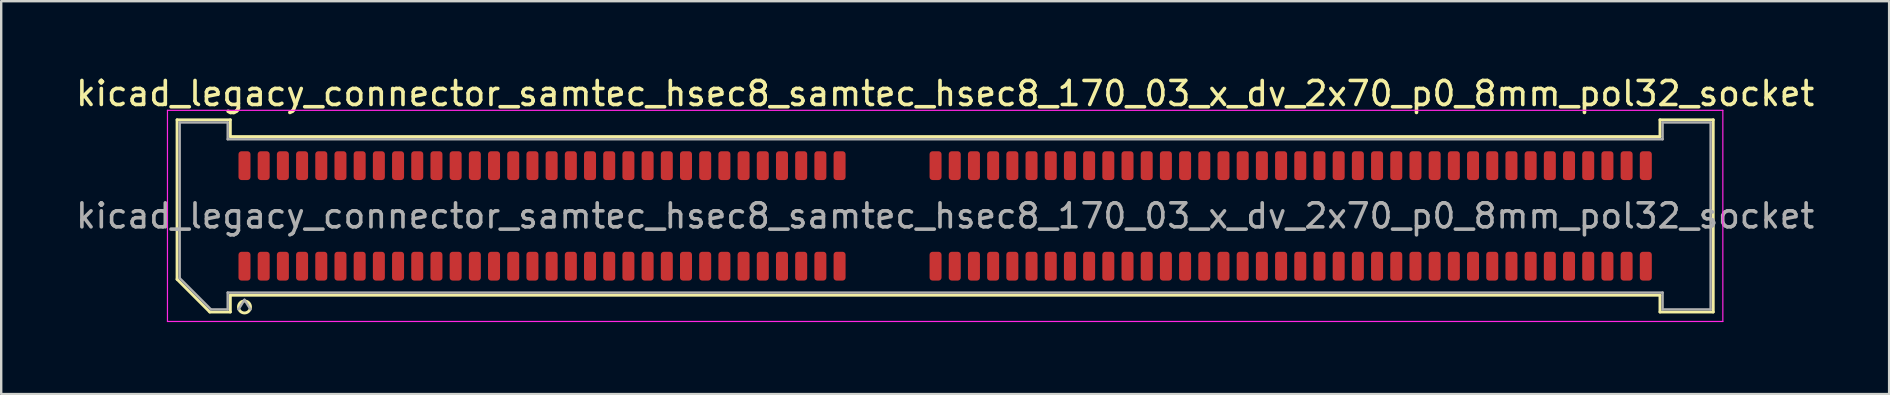
<source format=kicad_pcb>
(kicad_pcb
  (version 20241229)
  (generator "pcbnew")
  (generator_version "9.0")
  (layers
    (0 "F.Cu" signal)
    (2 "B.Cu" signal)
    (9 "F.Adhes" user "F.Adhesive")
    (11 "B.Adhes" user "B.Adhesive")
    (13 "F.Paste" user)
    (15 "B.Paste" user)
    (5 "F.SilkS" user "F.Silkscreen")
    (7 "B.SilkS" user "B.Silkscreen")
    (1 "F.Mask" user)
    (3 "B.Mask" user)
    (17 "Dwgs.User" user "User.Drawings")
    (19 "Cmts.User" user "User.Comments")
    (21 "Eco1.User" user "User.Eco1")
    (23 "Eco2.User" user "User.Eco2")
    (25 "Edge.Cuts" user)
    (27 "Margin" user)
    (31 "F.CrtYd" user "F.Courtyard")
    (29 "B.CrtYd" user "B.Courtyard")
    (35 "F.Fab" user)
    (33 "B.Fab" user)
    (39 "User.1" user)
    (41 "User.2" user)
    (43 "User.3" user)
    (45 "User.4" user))
  (footprint "kicad_legacy_connector_samtec_hsec8_samtec_hsec8_170_03_x_dv_2x70_p0_8mm_pol32_socket"
    (layer "F.Cu")
    (at 36.339 5.948)
    (property "Reference" "kicad_legacy_connector_samtec_hsec8_samtec_hsec8_170_03_x_dv_2x70_p0_8mm_pol32_socket" (at 0 -5.1 0) (layer "F.SilkS") (effects (font (size 1 1) (thickness 0.15))))
    (attr smd)
    (fp_line (start -32.01 -4.005) (end -29.79 -4.005) (stroke (width 0.12) (type solid)) (layer "F.SilkS"))
    (fp_line (start -32.01 2.641) (end -32.01 -4.005) (stroke (width 0.12) (type solid)) (layer "F.SilkS"))
    (fp_line (start -30.646 4.005) (end -32.01 2.641) (stroke (width 0.12) (type solid)) (layer "F.SilkS"))
    (fp_line (start -29.79 -4.005) (end -29.79 -3.305) (stroke (width 0.12) (type solid)) (layer "F.SilkS"))
    (fp_line (start -29.79 -3.305) (end 29.79 -3.305) (stroke (width 0.12) (type solid)) (layer "F.SilkS"))
    (fp_line (start -29.79 3.305) (end -29.79 4.005) (stroke (width 0.12) (type solid)) (layer "F.SilkS"))
    (fp_line (start -29.79 4.005) (end -30.646 4.005) (stroke (width 0.12) (type solid)) (layer "F.SilkS"))
    (fp_line (start 29.79 -4.005) (end 32.01 -4.005) (stroke (width 0.12) (type solid)) (layer "F.SilkS"))
    (fp_line (start 29.79 -3.305) (end 29.79 -4.005) (stroke (width 0.12) (type solid)) (layer "F.SilkS"))
    (fp_line (start 29.79 3.305) (end -29.79 3.305) (stroke (width 0.12) (type solid)) (layer "F.SilkS"))
    (fp_line (start 29.79 4.005) (end 29.79 3.305) (stroke (width 0.12) (type solid)) (layer "F.SilkS"))
    (fp_line (start 32.01 -4.005) (end 32.01 4.005) (stroke (width 0.12) (type solid)) (layer "F.SilkS"))
    (fp_line (start 32.01 4.005) (end 29.79 4.005) (stroke (width 0.12) (type solid)) (layer "F.SilkS"))
    (fp_arc (start -28.95 3.795) (mid -29.45 3.795) (end -28.95 3.795) (stroke (width 0.12) (type solid)) (layer "F.SilkS"))
    (fp_line (start -32.41 -4.4) (end -32.41 4.4) (stroke (width 0.05) (type solid)) (layer "F.CrtYd"))
    (fp_line (start -32.41 4.4) (end 32.41 4.4) (stroke (width 0.05) (type solid)) (layer "F.CrtYd"))
    (fp_line (start 32.41 -4.4) (end -32.41 -4.4) (stroke (width 0.05) (type solid)) (layer "F.CrtYd"))
    (fp_line (start 32.41 4.4) (end 32.41 -4.4) (stroke (width 0.05) (type solid)) (layer "F.CrtYd"))
    (fp_line (start -31.9 -3.895) (end -29.9 -3.895) (stroke (width 0.1) (type solid)) (layer "F.Fab"))
    (fp_line (start -31.9 2.595) (end -31.9 -3.895) (stroke (width 0.1) (type solid)) (layer "F.Fab"))
    (fp_line (start -30.6 3.895) (end -31.9 2.595) (stroke (width 0.1) (type solid)) (layer "F.Fab"))
    (fp_line (start -29.9 -3.895) (end -29.9 -3.195) (stroke (width 0.1) (type solid)) (layer "F.Fab"))
    (fp_line (start -29.9 -3.195) (end 29.9 -3.195) (stroke (width 0.1) (type solid)) (layer "F.Fab"))
    (fp_line (start -29.9 3.195) (end -29.9 3.895) (stroke (width 0.1) (type solid)) (layer "F.Fab"))
    (fp_line (start -29.9 3.895) (end -30.6 3.895) (stroke (width 0.1) (type solid)) (layer "F.Fab"))
    (fp_line (start -29.2 3.495) (end -29.45 3.895) (stroke (width 0.1) (type solid)) (layer "F.Fab"))
    (fp_line (start -29.2 3.495) (end -28.95 3.895) (stroke (width 0.1) (type solid)) (layer "F.Fab"))
    (fp_line (start 29.9 -3.895) (end 31.9 -3.895) (stroke (width 0.1) (type solid)) (layer "F.Fab"))
    (fp_line (start 29.9 -3.195) (end 29.9 -3.895) (stroke (width 0.1) (type solid)) (layer "F.Fab"))
    (fp_line (start 29.9 3.195) (end -29.9 3.195) (stroke (width 0.1) (type solid)) (layer "F.Fab"))
    (fp_line (start 29.9 3.895) (end 29.9 3.195) (stroke (width 0.1) (type solid)) (layer "F.Fab"))
    (fp_line (start 31.9 -3.895) (end 31.9 3.895) (stroke (width 0.1) (type solid)) (layer "F.Fab"))
    (fp_line (start 31.9 3.895) (end 29.9 3.895) (stroke (width 0.1) (type solid)) (layer "F.Fab"))
    (fp_text user "${REFERENCE}" (at 0 0 0) (layer "F.Fab") (effects (font (size 1 1) (thickness 0.15))))
    (pad "1" smd roundrect (at -29.2 2.095) (size 0.5 1.2) (layers "F.Cu" "F.Mask" "F.Paste") (roundrect_rratio 0.25))
    (pad "2" smd roundrect (at -29.2 -2.095) (size 0.5 1.2) (layers "F.Cu" "F.Mask" "F.Paste") (roundrect_rratio 0.25))
    (pad "3" smd roundrect (at -28.4 2.095) (size 0.5 1.2) (layers "F.Cu" "F.Mask" "F.Paste") (roundrect_rratio 0.25))
    (pad "4" smd roundrect (at -28.4 -2.095) (size 0.5 1.2) (layers "F.Cu" "F.Mask" "F.Paste") (roundrect_rratio 0.25))
    (pad "5" smd roundrect (at -27.6 2.095) (size 0.5 1.2) (layers "F.Cu" "F.Mask" "F.Paste") (roundrect_rratio 0.25))
    (pad "6" smd roundrect (at -27.6 -2.095) (size 0.5 1.2) (layers "F.Cu" "F.Mask" "F.Paste") (roundrect_rratio 0.25))
    (pad "7" smd roundrect (at -26.8 2.095) (size 0.5 1.2) (layers "F.Cu" "F.Mask" "F.Paste") (roundrect_rratio 0.25))
    (pad "8" smd roundrect (at -26.8 -2.095) (size 0.5 1.2) (layers "F.Cu" "F.Mask" "F.Paste") (roundrect_rratio 0.25))
    (pad "9" smd roundrect (at -26 2.095) (size 0.5 1.2) (layers "F.Cu" "F.Mask" "F.Paste") (roundrect_rratio 0.25))
    (pad "10" smd roundrect (at -26 -2.095) (size 0.5 1.2) (layers "F.Cu" "F.Mask" "F.Paste") (roundrect_rratio 0.25))
    (pad "11" smd roundrect (at -25.2 2.095) (size 0.5 1.2) (layers "F.Cu" "F.Mask" "F.Paste") (roundrect_rratio 0.25))
    (pad "12" smd roundrect (at -25.2 -2.095) (size 0.5 1.2) (layers "F.Cu" "F.Mask" "F.Paste") (roundrect_rratio 0.25))
    (pad "13" smd roundrect (at -24.4 2.095) (size 0.5 1.2) (layers "F.Cu" "F.Mask" "F.Paste") (roundrect_rratio 0.25))
    (pad "14" smd roundrect (at -24.4 -2.095) (size 0.5 1.2) (layers "F.Cu" "F.Mask" "F.Paste") (roundrect_rratio 0.25))
    (pad "15" smd roundrect (at -23.6 2.095) (size 0.5 1.2) (layers "F.Cu" "F.Mask" "F.Paste") (roundrect_rratio 0.25))
    (pad "16" smd roundrect (at -23.6 -2.095) (size 0.5 1.2) (layers "F.Cu" "F.Mask" "F.Paste") (roundrect_rratio 0.25))
    (pad "17" smd roundrect (at -22.8 2.095) (size 0.5 1.2) (layers "F.Cu" "F.Mask" "F.Paste") (roundrect_rratio 0.25))
    (pad "18" smd roundrect (at -22.8 -2.095) (size 0.5 1.2) (layers "F.Cu" "F.Mask" "F.Paste") (roundrect_rratio 0.25))
    (pad "19" smd roundrect (at -22 2.095) (size 0.5 1.2) (layers "F.Cu" "F.Mask" "F.Paste") (roundrect_rratio 0.25))
    (pad "20" smd roundrect (at -22 -2.095) (size 0.5 1.2) (layers "F.Cu" "F.Mask" "F.Paste") (roundrect_rratio 0.25))
    (pad "21" smd roundrect (at -21.2 2.095) (size 0.5 1.2) (layers "F.Cu" "F.Mask" "F.Paste") (roundrect_rratio 0.25))
    (pad "22" smd roundrect (at -21.2 -2.095) (size 0.5 1.2) (layers "F.Cu" "F.Mask" "F.Paste") (roundrect_rratio 0.25))
    (pad "23" smd roundrect (at -20.4 2.095) (size 0.5 1.2) (layers "F.Cu" "F.Mask" "F.Paste") (roundrect_rratio 0.25))
    (pad "24" smd roundrect (at -20.4 -2.095) (size 0.5 1.2) (layers "F.Cu" "F.Mask" "F.Paste") (roundrect_rratio 0.25))
    (pad "25" smd roundrect (at -19.6 2.095) (size 0.5 1.2) (layers "F.Cu" "F.Mask" "F.Paste") (roundrect_rratio 0.25))
    (pad "26" smd roundrect (at -19.6 -2.095) (size 0.5 1.2) (layers "F.Cu" "F.Mask" "F.Paste") (roundrect_rratio 0.25))
    (pad "27" smd roundrect (at -18.8 2.095) (size 0.5 1.2) (layers "F.Cu" "F.Mask" "F.Paste") (roundrect_rratio 0.25))
    (pad "28" smd roundrect (at -18.8 -2.095) (size 0.5 1.2) (layers "F.Cu" "F.Mask" "F.Paste") (roundrect_rratio 0.25))
    (pad "29" smd roundrect (at -18 2.095) (size 0.5 1.2) (layers "F.Cu" "F.Mask" "F.Paste") (roundrect_rratio 0.25))
    (pad "30" smd roundrect (at -18 -2.095) (size 0.5 1.2) (layers "F.Cu" "F.Mask" "F.Paste") (roundrect_rratio 0.25))
    (pad "31" smd roundrect (at -17.2 2.095) (size 0.5 1.2) (layers "F.Cu" "F.Mask" "F.Paste") (roundrect_rratio 0.25))
    (pad "32" smd roundrect (at -17.2 -2.095) (size 0.5 1.2) (layers "F.Cu" "F.Mask" "F.Paste") (roundrect_rratio 0.25))
    (pad "33" smd roundrect (at -16.4 2.095) (size 0.5 1.2) (layers "F.Cu" "F.Mask" "F.Paste") (roundrect_rratio 0.25))
    (pad "34" smd roundrect (at -16.4 -2.095) (size 0.5 1.2) (layers "F.Cu" "F.Mask" "F.Paste") (roundrect_rratio 0.25))
    (pad "35" smd roundrect (at -15.6 2.095) (size 0.5 1.2) (layers "F.Cu" "F.Mask" "F.Paste") (roundrect_rratio 0.25))
    (pad "36" smd roundrect (at -15.6 -2.095) (size 0.5 1.2) (layers "F.Cu" "F.Mask" "F.Paste") (roundrect_rratio 0.25))
    (pad "37" smd roundrect (at -14.8 2.095) (size 0.5 1.2) (layers "F.Cu" "F.Mask" "F.Paste") (roundrect_rratio 0.25))
    (pad "38" smd roundrect (at -14.8 -2.095) (size 0.5 1.2) (layers "F.Cu" "F.Mask" "F.Paste") (roundrect_rratio 0.25))
    (pad "39" smd roundrect (at -14 2.095) (size 0.5 1.2) (layers "F.Cu" "F.Mask" "F.Paste") (roundrect_rratio 0.25))
    (pad "40" smd roundrect (at -14 -2.095) (size 0.5 1.2) (layers "F.Cu" "F.Mask" "F.Paste") (roundrect_rratio 0.25))
    (pad "41" smd roundrect (at -13.2 2.095) (size 0.5 1.2) (layers "F.Cu" "F.Mask" "F.Paste") (roundrect_rratio 0.25))
    (pad "42" smd roundrect (at -13.2 -2.095) (size 0.5 1.2) (layers "F.Cu" "F.Mask" "F.Paste") (roundrect_rratio 0.25))
    (pad "43" smd roundrect (at -12.4 2.095) (size 0.5 1.2) (layers "F.Cu" "F.Mask" "F.Paste") (roundrect_rratio 0.25))
    (pad "44" smd roundrect (at -12.4 -2.095) (size 0.5 1.2) (layers "F.Cu" "F.Mask" "F.Paste") (roundrect_rratio 0.25))
    (pad "45" smd roundrect (at -11.6 2.095) (size 0.5 1.2) (layers "F.Cu" "F.Mask" "F.Paste") (roundrect_rratio 0.25))
    (pad "46" smd roundrect (at -11.6 -2.095) (size 0.5 1.2) (layers "F.Cu" "F.Mask" "F.Paste") (roundrect_rratio 0.25))
    (pad "47" smd roundrect (at -10.8 2.095) (size 0.5 1.2) (layers "F.Cu" "F.Mask" "F.Paste") (roundrect_rratio 0.25))
    (pad "48" smd roundrect (at -10.8 -2.095) (size 0.5 1.2) (layers "F.Cu" "F.Mask" "F.Paste") (roundrect_rratio 0.25))
    (pad "49" smd roundrect (at -10 2.095) (size 0.5 1.2) (layers "F.Cu" "F.Mask" "F.Paste") (roundrect_rratio 0.25))
    (pad "50" smd roundrect (at -10 -2.095) (size 0.5 1.2) (layers "F.Cu" "F.Mask" "F.Paste") (roundrect_rratio 0.25))
    (pad "51" smd roundrect (at -9.2 2.095) (size 0.5 1.2) (layers "F.Cu" "F.Mask" "F.Paste") (roundrect_rratio 0.25))
    (pad "52" smd roundrect (at -9.2 -2.095) (size 0.5 1.2) (layers "F.Cu" "F.Mask" "F.Paste") (roundrect_rratio 0.25))
    (pad "53" smd roundrect (at -8.4 2.095) (size 0.5 1.2) (layers "F.Cu" "F.Mask" "F.Paste") (roundrect_rratio 0.25))
    (pad "54" smd roundrect (at -8.4 -2.095) (size 0.5 1.2) (layers "F.Cu" "F.Mask" "F.Paste") (roundrect_rratio 0.25))
    (pad "55" smd roundrect (at -7.6 2.095) (size 0.5 1.2) (layers "F.Cu" "F.Mask" "F.Paste") (roundrect_rratio 0.25))
    (pad "56" smd roundrect (at -7.6 -2.095) (size 0.5 1.2) (layers "F.Cu" "F.Mask" "F.Paste") (roundrect_rratio 0.25))
    (pad "57" smd roundrect (at -6.8 2.095) (size 0.5 1.2) (layers "F.Cu" "F.Mask" "F.Paste") (roundrect_rratio 0.25))
    (pad "58" smd roundrect (at -6.8 -2.095) (size 0.5 1.2) (layers "F.Cu" "F.Mask" "F.Paste") (roundrect_rratio 0.25))
    (pad "59" smd roundrect (at -6 2.095) (size 0.5 1.2) (layers "F.Cu" "F.Mask" "F.Paste") (roundrect_rratio 0.25))
    (pad "60" smd roundrect (at -6 -2.095) (size 0.5 1.2) (layers "F.Cu" "F.Mask" "F.Paste") (roundrect_rratio 0.25))
    (pad "61" smd roundrect (at -5.2 2.095) (size 0.5 1.2) (layers "F.Cu" "F.Mask" "F.Paste") (roundrect_rratio 0.25))
    (pad "62" smd roundrect (at -5.2 -2.095) (size 0.5 1.2) (layers "F.Cu" "F.Mask" "F.Paste") (roundrect_rratio 0.25))
    (pad "63" smd roundrect (at -4.4 2.095) (size 0.5 1.2) (layers "F.Cu" "F.Mask" "F.Paste") (roundrect_rratio 0.25))
    (pad "64" smd roundrect (at -4.4 -2.095) (size 0.5 1.2) (layers "F.Cu" "F.Mask" "F.Paste") (roundrect_rratio 0.25))
    (pad "65" smd roundrect (at -0.4 2.095) (size 0.5 1.2) (layers "F.Cu" "F.Mask" "F.Paste") (roundrect_rratio 0.25))
    (pad "66" smd roundrect (at -0.4 -2.095) (size 0.5 1.2) (layers "F.Cu" "F.Mask" "F.Paste") (roundrect_rratio 0.25))
    (pad "67" smd roundrect (at 0.4 2.095) (size 0.5 1.2) (layers "F.Cu" "F.Mask" "F.Paste") (roundrect_rratio 0.25))
    (pad "68" smd roundrect (at 0.4 -2.095) (size 0.5 1.2) (layers "F.Cu" "F.Mask" "F.Paste") (roundrect_rratio 0.25))
    (pad "69" smd roundrect (at 1.2 2.095) (size 0.5 1.2) (layers "F.Cu" "F.Mask" "F.Paste") (roundrect_rratio 0.25))
    (pad "70" smd roundrect (at 1.2 -2.095) (size 0.5 1.2) (layers "F.Cu" "F.Mask" "F.Paste") (roundrect_rratio 0.25))
    (pad "71" smd roundrect (at 2 2.095) (size 0.5 1.2) (layers "F.Cu" "F.Mask" "F.Paste") (roundrect_rratio 0.25))
    (pad "72" smd roundrect (at 2 -2.095) (size 0.5 1.2) (layers "F.Cu" "F.Mask" "F.Paste") (roundrect_rratio 0.25))
    (pad "73" smd roundrect (at 2.8 2.095) (size 0.5 1.2) (layers "F.Cu" "F.Mask" "F.Paste") (roundrect_rratio 0.25))
    (pad "74" smd roundrect (at 2.8 -2.095) (size 0.5 1.2) (layers "F.Cu" "F.Mask" "F.Paste") (roundrect_rratio 0.25))
    (pad "75" smd roundrect (at 3.6 2.095) (size 0.5 1.2) (layers "F.Cu" "F.Mask" "F.Paste") (roundrect_rratio 0.25))
    (pad "76" smd roundrect (at 3.6 -2.095) (size 0.5 1.2) (layers "F.Cu" "F.Mask" "F.Paste") (roundrect_rratio 0.25))
    (pad "77" smd roundrect (at 4.4 2.095) (size 0.5 1.2) (layers "F.Cu" "F.Mask" "F.Paste") (roundrect_rratio 0.25))
    (pad "78" smd roundrect (at 4.4 -2.095) (size 0.5 1.2) (layers "F.Cu" "F.Mask" "F.Paste") (roundrect_rratio 0.25))
    (pad "79" smd roundrect (at 5.2 2.095) (size 0.5 1.2) (layers "F.Cu" "F.Mask" "F.Paste") (roundrect_rratio 0.25))
    (pad "80" smd roundrect (at 5.2 -2.095) (size 0.5 1.2) (layers "F.Cu" "F.Mask" "F.Paste") (roundrect_rratio 0.25))
    (pad "81" smd roundrect (at 6 2.095) (size 0.5 1.2) (layers "F.Cu" "F.Mask" "F.Paste") (roundrect_rratio 0.25))
    (pad "82" smd roundrect (at 6 -2.095) (size 0.5 1.2) (layers "F.Cu" "F.Mask" "F.Paste") (roundrect_rratio 0.25))
    (pad "83" smd roundrect (at 6.8 2.095) (size 0.5 1.2) (layers "F.Cu" "F.Mask" "F.Paste") (roundrect_rratio 0.25))
    (pad "84" smd roundrect (at 6.8 -2.095) (size 0.5 1.2) (layers "F.Cu" "F.Mask" "F.Paste") (roundrect_rratio 0.25))
    (pad "85" smd roundrect (at 7.6 2.095) (size 0.5 1.2) (layers "F.Cu" "F.Mask" "F.Paste") (roundrect_rratio 0.25))
    (pad "86" smd roundrect (at 7.6 -2.095) (size 0.5 1.2) (layers "F.Cu" "F.Mask" "F.Paste") (roundrect_rratio 0.25))
    (pad "87" smd roundrect (at 8.4 2.095) (size 0.5 1.2) (layers "F.Cu" "F.Mask" "F.Paste") (roundrect_rratio 0.25))
    (pad "88" smd roundrect (at 8.4 -2.095) (size 0.5 1.2) (layers "F.Cu" "F.Mask" "F.Paste") (roundrect_rratio 0.25))
    (pad "89" smd roundrect (at 9.2 2.095) (size 0.5 1.2) (layers "F.Cu" "F.Mask" "F.Paste") (roundrect_rratio 0.25))
    (pad "90" smd roundrect (at 9.2 -2.095) (size 0.5 1.2) (layers "F.Cu" "F.Mask" "F.Paste") (roundrect_rratio 0.25))
    (pad "91" smd roundrect (at 10 2.095) (size 0.5 1.2) (layers "F.Cu" "F.Mask" "F.Paste") (roundrect_rratio 0.25))
    (pad "92" smd roundrect (at 10 -2.095) (size 0.5 1.2) (layers "F.Cu" "F.Mask" "F.Paste") (roundrect_rratio 0.25))
    (pad "93" smd roundrect (at 10.8 2.095) (size 0.5 1.2) (layers "F.Cu" "F.Mask" "F.Paste") (roundrect_rratio 0.25))
    (pad "94" smd roundrect (at 10.8 -2.095) (size 0.5 1.2) (layers "F.Cu" "F.Mask" "F.Paste") (roundrect_rratio 0.25))
    (pad "95" smd roundrect (at 11.6 2.095) (size 0.5 1.2) (layers "F.Cu" "F.Mask" "F.Paste") (roundrect_rratio 0.25))
    (pad "96" smd roundrect (at 11.6 -2.095) (size 0.5 1.2) (layers "F.Cu" "F.Mask" "F.Paste") (roundrect_rratio 0.25))
    (pad "97" smd roundrect (at 12.4 2.095) (size 0.5 1.2) (layers "F.Cu" "F.Mask" "F.Paste") (roundrect_rratio 0.25))
    (pad "98" smd roundrect (at 12.4 -2.095) (size 0.5 1.2) (layers "F.Cu" "F.Mask" "F.Paste") (roundrect_rratio 0.25))
    (pad "99" smd roundrect (at 13.2 2.095) (size 0.5 1.2) (layers "F.Cu" "F.Mask" "F.Paste") (roundrect_rratio 0.25))
    (pad "100" smd roundrect (at 13.2 -2.095) (size 0.5 1.2) (layers "F.Cu" "F.Mask" "F.Paste") (roundrect_rratio 0.25))
    (pad "101" smd roundrect (at 14 2.095) (size 0.5 1.2) (layers "F.Cu" "F.Mask" "F.Paste") (roundrect_rratio 0.25))
    (pad "102" smd roundrect (at 14 -2.095) (size 0.5 1.2) (layers "F.Cu" "F.Mask" "F.Paste") (roundrect_rratio 0.25))
    (pad "103" smd roundrect (at 14.8 2.095) (size 0.5 1.2) (layers "F.Cu" "F.Mask" "F.Paste") (roundrect_rratio 0.25))
    (pad "104" smd roundrect (at 14.8 -2.095) (size 0.5 1.2) (layers "F.Cu" "F.Mask" "F.Paste") (roundrect_rratio 0.25))
    (pad "105" smd roundrect (at 15.6 2.095) (size 0.5 1.2) (layers "F.Cu" "F.Mask" "F.Paste") (roundrect_rratio 0.25))
    (pad "106" smd roundrect (at 15.6 -2.095) (size 0.5 1.2) (layers "F.Cu" "F.Mask" "F.Paste") (roundrect_rratio 0.25))
    (pad "107" smd roundrect (at 16.4 2.095) (size 0.5 1.2) (layers "F.Cu" "F.Mask" "F.Paste") (roundrect_rratio 0.25))
    (pad "108" smd roundrect (at 16.4 -2.095) (size 0.5 1.2) (layers "F.Cu" "F.Mask" "F.Paste") (roundrect_rratio 0.25))
    (pad "109" smd roundrect (at 17.2 2.095) (size 0.5 1.2) (layers "F.Cu" "F.Mask" "F.Paste") (roundrect_rratio 0.25))
    (pad "110" smd roundrect (at 17.2 -2.095) (size 0.5 1.2) (layers "F.Cu" "F.Mask" "F.Paste") (roundrect_rratio 0.25))
    (pad "111" smd roundrect (at 18 2.095) (size 0.5 1.2) (layers "F.Cu" "F.Mask" "F.Paste") (roundrect_rratio 0.25))
    (pad "112" smd roundrect (at 18 -2.095) (size 0.5 1.2) (layers "F.Cu" "F.Mask" "F.Paste") (roundrect_rratio 0.25))
    (pad "113" smd roundrect (at 18.8 2.095) (size 0.5 1.2) (layers "F.Cu" "F.Mask" "F.Paste") (roundrect_rratio 0.25))
    (pad "114" smd roundrect (at 18.8 -2.095) (size 0.5 1.2) (layers "F.Cu" "F.Mask" "F.Paste") (roundrect_rratio 0.25))
    (pad "115" smd roundrect (at 19.6 2.095) (size 0.5 1.2) (layers "F.Cu" "F.Mask" "F.Paste") (roundrect_rratio 0.25))
    (pad "116" smd roundrect (at 19.6 -2.095) (size 0.5 1.2) (layers "F.Cu" "F.Mask" "F.Paste") (roundrect_rratio 0.25))
    (pad "117" smd roundrect (at 20.4 2.095) (size 0.5 1.2) (layers "F.Cu" "F.Mask" "F.Paste") (roundrect_rratio 0.25))
    (pad "118" smd roundrect (at 20.4 -2.095) (size 0.5 1.2) (layers "F.Cu" "F.Mask" "F.Paste") (roundrect_rratio 0.25))
    (pad "119" smd roundrect (at 21.2 2.095) (size 0.5 1.2) (layers "F.Cu" "F.Mask" "F.Paste") (roundrect_rratio 0.25))
    (pad "120" smd roundrect (at 21.2 -2.095) (size 0.5 1.2) (layers "F.Cu" "F.Mask" "F.Paste") (roundrect_rratio 0.25))
    (pad "121" smd roundrect (at 22 2.095) (size 0.5 1.2) (layers "F.Cu" "F.Mask" "F.Paste") (roundrect_rratio 0.25))
    (pad "122" smd roundrect (at 22 -2.095) (size 0.5 1.2) (layers "F.Cu" "F.Mask" "F.Paste") (roundrect_rratio 0.25))
    (pad "123" smd roundrect (at 22.8 2.095) (size 0.5 1.2) (layers "F.Cu" "F.Mask" "F.Paste") (roundrect_rratio 0.25))
    (pad "124" smd roundrect (at 22.8 -2.095) (size 0.5 1.2) (layers "F.Cu" "F.Mask" "F.Paste") (roundrect_rratio 0.25))
    (pad "125" smd roundrect (at 23.6 2.095) (size 0.5 1.2) (layers "F.Cu" "F.Mask" "F.Paste") (roundrect_rratio 0.25))
    (pad "126" smd roundrect (at 23.6 -2.095) (size 0.5 1.2) (layers "F.Cu" "F.Mask" "F.Paste") (roundrect_rratio 0.25))
    (pad "127" smd roundrect (at 24.4 2.095) (size 0.5 1.2) (layers "F.Cu" "F.Mask" "F.Paste") (roundrect_rratio 0.25))
    (pad "128" smd roundrect (at 24.4 -2.095) (size 0.5 1.2) (layers "F.Cu" "F.Mask" "F.Paste") (roundrect_rratio 0.25))
    (pad "129" smd roundrect (at 25.2 2.095) (size 0.5 1.2) (layers "F.Cu" "F.Mask" "F.Paste") (roundrect_rratio 0.25))
    (pad "130" smd roundrect (at 25.2 -2.095) (size 0.5 1.2) (layers "F.Cu" "F.Mask" "F.Paste") (roundrect_rratio 0.25))
    (pad "131" smd roundrect (at 26 2.095) (size 0.5 1.2) (layers "F.Cu" "F.Mask" "F.Paste") (roundrect_rratio 0.25))
    (pad "132" smd roundrect (at 26 -2.095) (size 0.5 1.2) (layers "F.Cu" "F.Mask" "F.Paste") (roundrect_rratio 0.25))
    (pad "133" smd roundrect (at 26.8 2.095) (size 0.5 1.2) (layers "F.Cu" "F.Mask" "F.Paste") (roundrect_rratio 0.25))
    (pad "134" smd roundrect (at 26.8 -2.095) (size 0.5 1.2) (layers "F.Cu" "F.Mask" "F.Paste") (roundrect_rratio 0.25))
    (pad "135" smd roundrect (at 27.6 2.095) (size 0.5 1.2) (layers "F.Cu" "F.Mask" "F.Paste") (roundrect_rratio 0.25))
    (pad "136" smd roundrect (at 27.6 -2.095) (size 0.5 1.2) (layers "F.Cu" "F.Mask" "F.Paste") (roundrect_rratio 0.25))
    (pad "137" smd roundrect (at 28.4 2.095) (size 0.5 1.2) (layers "F.Cu" "F.Mask" "F.Paste") (roundrect_rratio 0.25))
    (pad "138" smd roundrect (at 28.4 -2.095) (size 0.5 1.2) (layers "F.Cu" "F.Mask" "F.Paste") (roundrect_rratio 0.25))
    (pad "139" smd roundrect (at 29.2 2.095) (size 0.5 1.2) (layers "F.Cu" "F.Mask" "F.Paste") (roundrect_rratio 0.25))
    (pad "140" smd roundrect (at 29.2 -2.095) (size 0.5 1.2) (layers "F.Cu" "F.Mask" "F.Paste") (roundrect_rratio 0.25)))
  (gr_rect
    (start -3 -3)
    (end 75.679 13.373)
    (stroke (width 0.1) (type default))
    (fill no)
    (layer "Edge.Cuts")))
</source>
